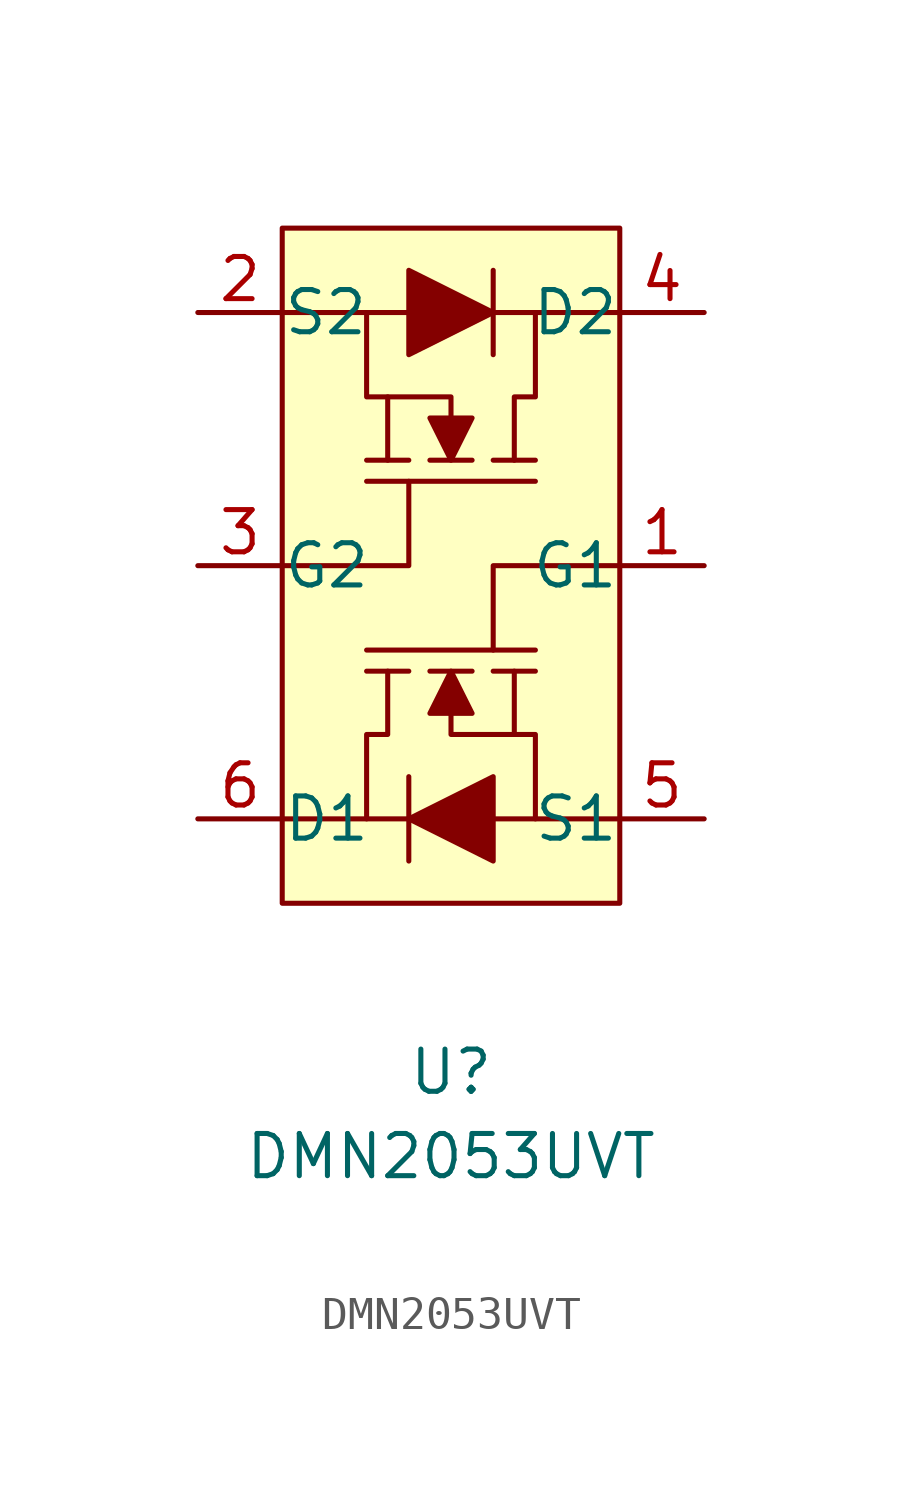
<source format=kicad_sym>
(kicad_symbol_lib
  (version 20211014)
  (generator kicad_symbol_editor)
  (symbol "DMN2053UVT"
    (pin_names
      (offset 0.002))
    (property "Reference" "U"
      (at 0 -15.24 0)
      (effects (font (size 1.27 1.27))))
    (property "Value" "DMN2053UVT"
      (at 0 -17.78 0)
      (effects (font (size 1.27 1.27))))
    (symbol "DMN2053UVT_0_1"
      (rectangle (start -5.08 10.16) (end 5.08 -10.16) (stroke (width 0) (type default) (color 0 0 0 0)) (fill (type background)))
      (polyline (pts (xy -5.08 -7.62) (xy -1.27 -7.62)) (stroke (width 0) (type default) (color 0 0 0 0)) (fill (type none)))
      (polyline (pts (xy -2.54 2.54) (xy 2.54 2.54)) (stroke (width 0) (type default) (color 0 0 0 0)) (fill (type none)))
      (polyline (pts (xy -1.27 -8.89) (xy -1.27 -6.35)) (stroke (width 0) (type default) (color 0 0 0 0)) (fill (type none)))
      (polyline (pts (xy -1.27 -3.175) (xy -2.54 -3.175)) (stroke (width 0) (type default) (color 0 0 0 0)) (fill (type none)))
      (polyline (pts (xy -1.27 3.175) (xy -2.54 3.175)) (stroke (width 0) (type default) (color 0 0 0 0)) (fill (type none)))
      (polyline (pts (xy -1.27 7.62) (xy -5.08 7.62)) (stroke (width 0) (type default) (color 0 0 0 0)) (fill (type none)))
      (polyline (pts (xy -0.635 3.175) (xy 0.635 3.175)) (stroke (width 0) (type default) (color 0 0 0 0)) (fill (type none)))
      (polyline (pts (xy 0.635 -3.175) (xy -0.635 -3.175)) (stroke (width 0) (type default) (color 0 0 0 0)) (fill (type none)))
      (polyline (pts (xy 1.27 -7.62) (xy 5.08 -7.62)) (stroke (width 0) (type default) (color 0 0 0 0)) (fill (type none)))
      (polyline (pts (xy 1.27 -3.175) (xy 2.54 -3.175)) (stroke (width 0) (type default) (color 0 0 0 0)) (fill (type none)))
      (polyline (pts (xy 1.27 3.175) (xy 2.54 3.175)) (stroke (width 0) (type default) (color 0 0 0 0)) (fill (type none)))
      (polyline (pts (xy 1.27 8.89) (xy 1.27 6.35)) (stroke (width 0) (type default) (color 0 0 0 0)) (fill (type none)))
      (polyline (pts (xy 2.54 -2.54) (xy -2.54 -2.54)) (stroke (width 0) (type default) (color 0 0 0 0)) (fill (type none)))
      (polyline (pts (xy 5.08 7.62) (xy 1.27 7.62)) (stroke (width 0) (type default) (color 0 0 0 0)) (fill (type none)))
      (polyline (pts (xy -5.08 0) (xy -1.27 0) (xy -1.27 2.54)) (stroke (width 0) (type default) (color 0 0 0 0)) (fill (type none)))
      (polyline (pts (xy -1.905 5.08) (xy -2.54 5.08) (xy -2.54 7.62)) (stroke (width 0) (type default) (color 0 0 0 0)) (fill (type none)))
      (polyline (pts (xy 1.905 -5.08) (xy 2.54 -5.08) (xy 2.54 -7.62)) (stroke (width 0) (type default) (color 0 0 0 0)) (fill (type none)))
      (polyline (pts (xy 5.08 0) (xy 1.27 0) (xy 1.27 -2.54)) (stroke (width 0) (type default) (color 0 0 0 0)) (fill (type none)))
      (polyline (pts (xy -1.905 -3.175) (xy -1.905 -5.08) (xy -2.54 -5.08) (xy -2.54 -7.62)) (stroke (width 0) (type default) (color 0 0 0 0)) (fill (type none)))
      (polyline (pts (xy -1.27 8.89) (xy -1.27 6.35) (xy 1.27 7.62) (xy -1.27 8.89)) (stroke (width 0) (type default) (color 0 0 0 0)) (fill (type outline)))
      (polyline (pts (xy -0.635 4.445) (xy 0 3.175) (xy 0.635 4.445) (xy -0.635 4.445)) (stroke (width 0) (type default) (color 0 0 0 0)) (fill (type outline)))
      (polyline (pts (xy 0 -4.445) (xy 0 -5.08) (xy 1.905 -5.08) (xy 1.905 -3.175)) (stroke (width 0) (type default) (color 0 0 0 0)) (fill (type none)))
      (polyline (pts (xy 0 4.445) (xy 0 5.08) (xy -1.905 5.08) (xy -1.905 3.175)) (stroke (width 0) (type default) (color 0 0 0 0)) (fill (type none)))
      (polyline (pts (xy 0.635 -4.445) (xy 0 -3.175) (xy -0.635 -4.445) (xy 0.635 -4.445)) (stroke (width 0) (type default) (color 0 0 0 0)) (fill (type outline)))
      (polyline (pts (xy 1.27 -8.89) (xy 1.27 -6.35) (xy -1.27 -7.62) (xy 1.27 -8.89)) (stroke (width 0) (type default) (color 0 0 0 0)) (fill (type outline)))
      (polyline (pts (xy 1.905 3.175) (xy 1.905 5.08) (xy 2.54 5.08) (xy 2.54 7.62)) (stroke (width 0) (type default) (color 0 0 0 0)) (fill (type none))))
    (symbol "DMN2053UVT_1_1"
      (pin input line (at 7.62 0 180) (length 2.54) (name "G1" (effects (font (size 1.27 1.27)))) (number "1" (effects (font (size 1.27 1.27)))))
      (pin input line (at -7.62 7.62 0) (length 2.54) (name "S2" (effects (font (size 1.27 1.27)))) (number "2" (effects (font (size 1.27 1.27)))))
      (pin input line (at -7.62 0 0) (length 2.54) (name "G2" (effects (font (size 1.27 1.27)))) (number "3" (effects (font (size 1.27 1.27)))))
      (pin output line (at 7.62 7.62 180) (length 2.54) (name "D2" (effects (font (size 1.27 1.27)))) (number "4" (effects (font (size 1.27 1.27)))))
      (pin input line (at 7.62 -7.62 180) (length 2.54) (name "S1" (effects (font (size 1.27 1.27)))) (number "5" (effects (font (size 1.27 1.27)))))
      (pin output line (at -7.62 -7.62 0) (length 2.54) (name "D1" (effects (font (size 1.27 1.27)))) (number "6" (effects (font (size 1.27 1.27))))))))
</source>
